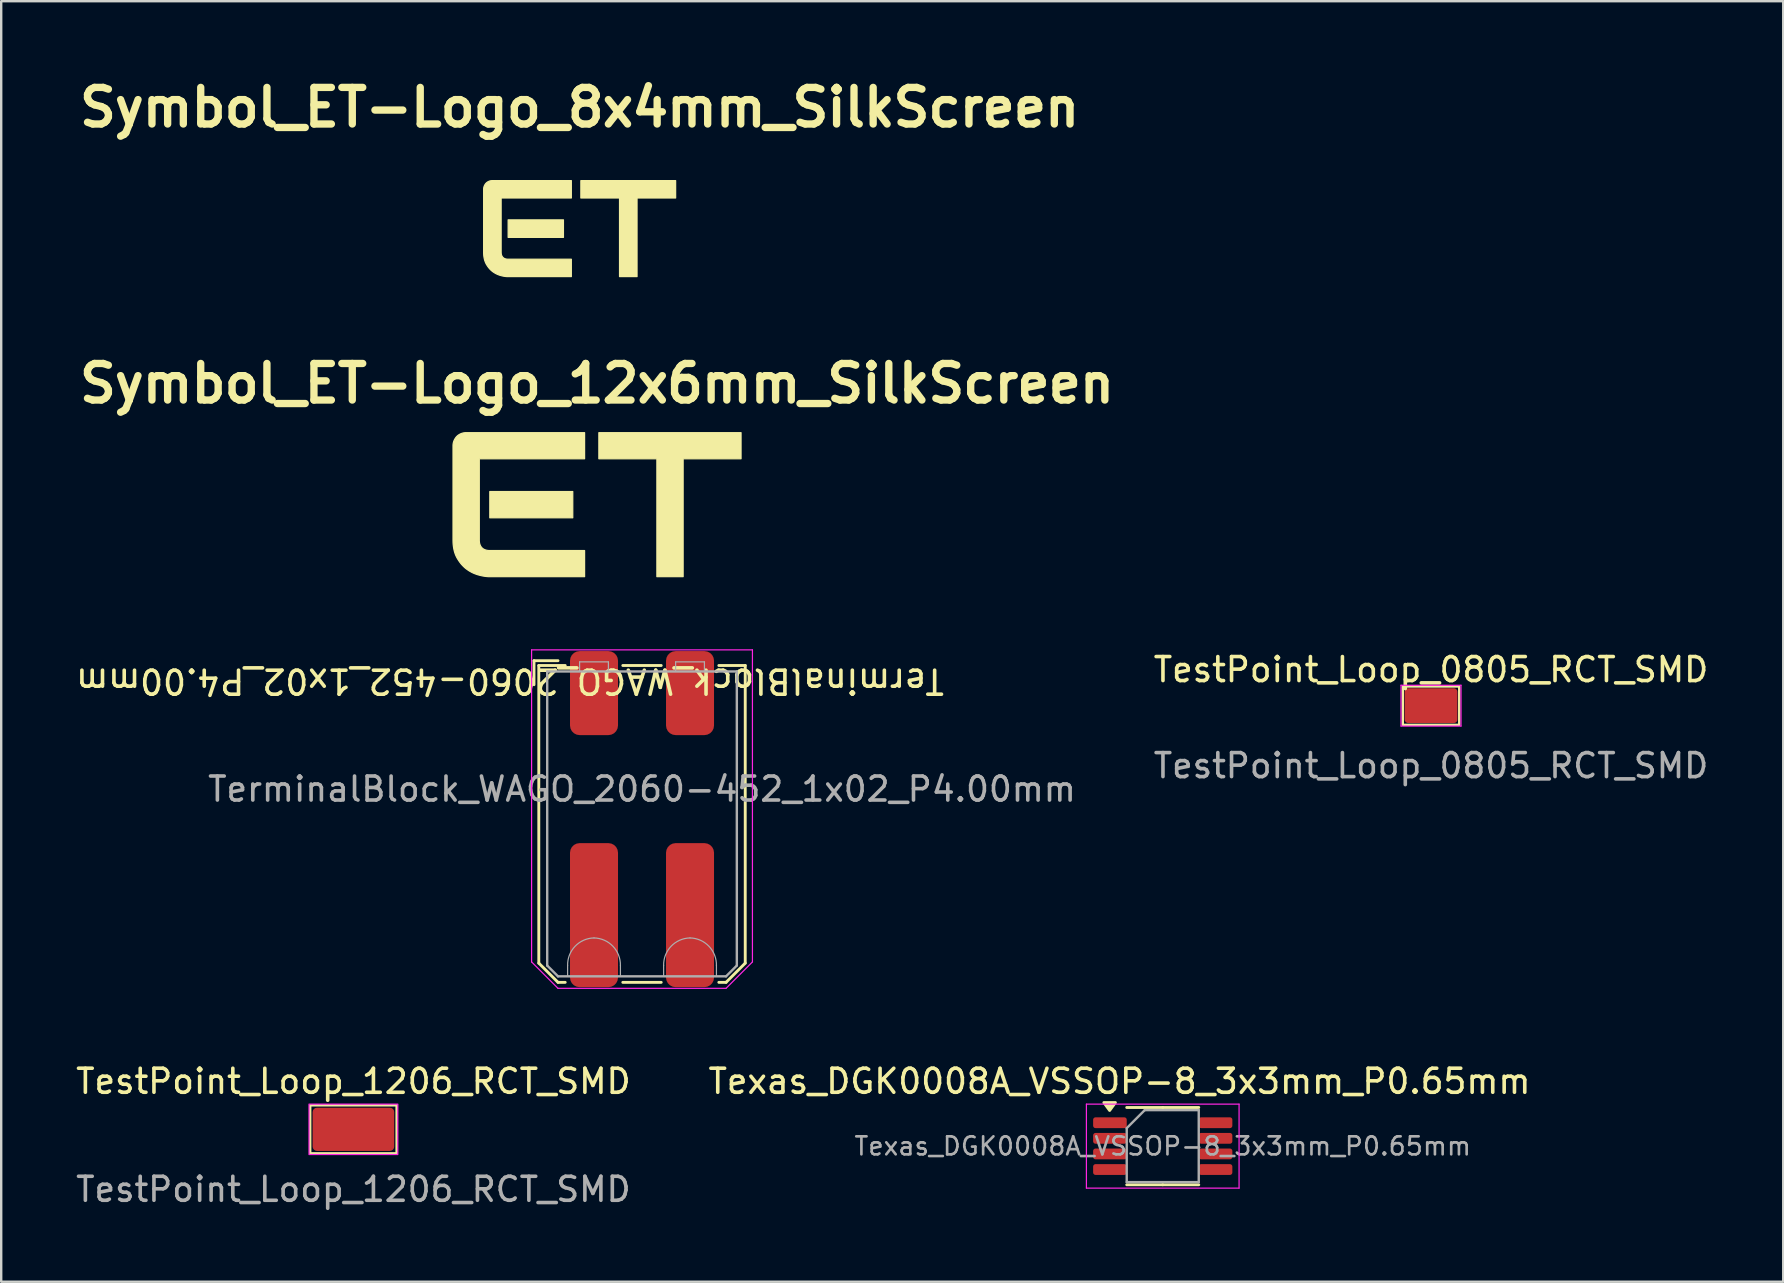
<source format=kicad_pcb>
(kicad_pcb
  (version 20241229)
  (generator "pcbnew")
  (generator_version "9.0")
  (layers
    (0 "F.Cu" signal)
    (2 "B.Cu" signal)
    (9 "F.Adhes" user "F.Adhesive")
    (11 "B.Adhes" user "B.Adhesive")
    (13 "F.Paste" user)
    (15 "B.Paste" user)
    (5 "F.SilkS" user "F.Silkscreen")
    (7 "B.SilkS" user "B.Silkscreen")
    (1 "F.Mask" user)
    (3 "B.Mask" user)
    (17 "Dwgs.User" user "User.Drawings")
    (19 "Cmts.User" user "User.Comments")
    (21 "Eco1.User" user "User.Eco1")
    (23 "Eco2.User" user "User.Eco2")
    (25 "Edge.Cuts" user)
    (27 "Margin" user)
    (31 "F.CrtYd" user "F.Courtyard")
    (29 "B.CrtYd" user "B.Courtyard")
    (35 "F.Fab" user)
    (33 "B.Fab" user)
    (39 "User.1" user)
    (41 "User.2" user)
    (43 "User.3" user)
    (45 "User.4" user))
  (footprint "TestPoint_Loop_0805_RCT_SMD"
    (layer "F.Cu")
    (at 56.565 26.347)
    (property "Reference" "TestPoint_Loop_0805_RCT_SMD" (at 0 -1.5 0) (unlocked yes) (layer "F.SilkS") (effects (font (size 1 1) (thickness 0.15))))
    (attr smd)
    (fp_rect (start -1.175 -0.8) (end 1.175 0.8) (stroke (width 0.1) (type default)) (fill no) (layer "F.SilkS"))
    (fp_line (start -1.25 -0.85) (end 1.25 -0.85) (stroke (width 0.05) (type default)) (layer "F.CrtYd"))
    (fp_line (start -1.25 0.85) (end -1.25 -0.85) (stroke (width 0.05) (type default)) (layer "F.CrtYd"))
    (fp_line (start 1.25 -0.85) (end 1.25 0.85) (stroke (width 0.05) (type default)) (layer "F.CrtYd"))
    (fp_line (start 1.25 0.85) (end -1.25 0.85) (stroke (width 0.05) (type default)) (layer "F.CrtYd"))
    (fp_text user "${REFERENCE}" (at 0 2.5 0) (unlocked yes) (layer "F.Fab") (effects (font (size 1 1) (thickness 0.15))))
    (pad "1" smd roundrect (at 0 0) (size 2.2 1.45) (layers "F.Cu" "F.Mask" "F.Paste") (roundrect_rratio 0.1)))
  (footprint "Symbol_ET-Logo_12x6mm_SilkScreen"
    (layer "F.Cu")
    (at 21.822 17.974)
    (property "Reference" "Symbol_ET-Logo_12x6mm_SilkScreen" (at 0 -5.048 0) (layer "F.SilkS") (effects (font (size 1.524 1.524) (thickness 0.305))))
    (attr board_only exclude_from_pos_files exclude_from_bom)
    (fp_poly (pts (xy -4.467 -0.548) (xy -1.011 -0.548) (xy -1.011 0.548) (xy -4.467 0.548) (xy -4.467 -0.548)) (stroke (width 0.05) (type solid)) (fill yes) (layer "F.SilkS"))
    (fp_poly (pts (xy 6 -1.912) (xy 3.587 -1.912) (xy 3.587 3) (xy 2.493 3) (xy 2.493 -1.912) (xy 0.076 -1.912) (xy 0.076 -3) (xy 6 -3) (xy 6 -1.912)) (stroke (width 0.05) (type solid)) (fill yes) (layer "F.SilkS"))
    (fp_poly (pts (xy -0.518 3) (xy -4.467 3) (xy -4.525 2.999) (xy -4.584 2.995) (xy -4.644 2.989) (xy -4.705 2.98) (xy -4.768 2.969) (xy -4.832 2.955) (xy -4.898 2.939) (xy -4.964 2.921) (xy -4.998 2.91) (xy -5.031 2.899) (xy -5.064 2.887) (xy -5.097 2.874) (xy -5.129 2.861) (xy -5.161 2.847) (xy -5.193 2.832) (xy -5.224 2.816) (xy -5.255 2.799) (xy -5.286 2.782) (xy -5.317 2.764) (xy -5.347 2.745) (xy -5.377 2.725) (xy -5.407 2.704) (xy -5.436 2.683) (xy -5.465 2.661) (xy -5.493 2.638) (xy -5.521 2.613) (xy -5.548 2.588) (xy -5.574 2.562) (xy -5.6 2.536) (xy -5.626 2.508) (xy -5.651 2.48) (xy -5.675 2.451) (xy -5.698 2.421) (xy -5.722 2.39) (xy -5.744 2.359) (xy -5.766 2.326) (xy -5.787 2.293) (xy -5.808 2.259) (xy -5.829 2.224) (xy -5.848 2.188) (xy -5.867 2.151) (xy -5.884 2.113) (xy -5.9 2.074) (xy -5.915 2.034) (xy -5.928 1.993) (xy -5.941 1.95) (xy -5.952 1.907) (xy -5.962 1.863) (xy -5.971 1.818) (xy -5.979 1.772) (xy -5.985 1.724) (xy -5.991 1.676) (xy -5.995 1.627) (xy -5.998 1.576) (xy -5.999 1.525) (xy -6 1.473) (xy -6 -2.452) (xy -6 -2.466) (xy -5.999 -2.48) (xy -5.999 -2.494) (xy -5.997 -2.508) (xy -5.996 -2.521) (xy -5.994 -2.535) (xy -5.992 -2.548) (xy -5.989 -2.562) (xy -5.987 -2.575) (xy -5.984 -2.588) (xy -5.98 -2.601) (xy -5.976 -2.614) (xy -5.972 -2.627) (xy -5.968 -2.64) (xy -5.963 -2.653) (xy -5.958 -2.665) (xy -5.953 -2.678) (xy -5.947 -2.69) (xy -5.941 -2.702) (xy -5.935 -2.714) (xy -5.929 -2.726) (xy -5.922 -2.737) (xy -5.915 -2.748) (xy -5.908 -2.759) (xy -5.901 -2.77) (xy -5.894 -2.781) (xy -5.886 -2.791) (xy -5.878 -2.802) (xy -5.87 -2.812) (xy -5.862 -2.822) (xy -5.853 -2.831) (xy -5.844 -2.841) (xy -5.835 -2.85) (xy -5.825 -2.859) (xy -5.815 -2.868) (xy -5.805 -2.877) (xy -5.794 -2.885) (xy -5.784 -2.893) (xy -5.773 -2.9) (xy -5.762 -2.908) (xy -5.751 -2.915) (xy -5.74 -2.922) (xy -5.728 -2.929) (xy -5.716 -2.935) (xy -5.704 -2.941) (xy -5.692 -2.947) (xy -5.68 -2.953) (xy -5.667 -2.958) (xy -5.655 -2.963) (xy -5.642 -2.968) (xy -5.629 -2.972) (xy -5.616 -2.976) (xy -5.603 -2.98) (xy -5.589 -2.984) (xy -5.576 -2.987) (xy -5.562 -2.99) (xy -5.548 -2.992) (xy -5.534 -2.994) (xy -5.52 -2.996) (xy -5.506 -2.997) (xy -5.492 -2.999) (xy -5.478 -2.999) (xy -5.463 -3) (xy -5.448 -3) (xy -0.518 -3) (xy -0.518 -1.912) (xy -4.905 -1.912) (xy -4.905 1.473) (xy -4.905 1.499) (xy -4.903 1.525) (xy -4.901 1.549) (xy -4.898 1.573) (xy -4.894 1.596) (xy -4.889 1.619) (xy -4.884 1.64) (xy -4.877 1.661) (xy -4.869 1.681) (xy -4.861 1.7) (xy -4.852 1.719) (xy -4.841 1.736) (xy -4.83 1.753) (xy -4.818 1.769) (xy -4.805 1.785) (xy -4.792 1.799) (xy -4.777 1.813) (xy -4.762 1.826) (xy -4.745 1.838) (xy -4.728 1.849) (xy -4.71 1.859) (xy -4.692 1.868) (xy -4.672 1.876) (xy -4.652 1.884) (xy -4.63 1.891) (xy -4.608 1.896) (xy -4.586 1.901) (xy -4.562 1.905) (xy -4.537 1.908) (xy -4.512 1.91) (xy -4.486 1.912) (xy -4.459 1.912) (xy -0.518 1.912) (xy -0.518 3)) (stroke (width 0.05) (type solid)) (fill yes) (layer "F.SilkS")))
  (footprint "Texas_DGK0008A_VSSOP-8_3x3mm_P0.65mm"
    (layer "F.Cu")
    (at 45.389 44.697)
    (property "Reference" "Texas_DGK0008A_VSSOP-8_3x3mm_P0.65mm" (at -1.8 -2.7 0) (layer "F.SilkS") (effects (font (size 1 1) (thickness 0.15))))
    (attr smd)
    (fp_line (start 0 -1.61) (end -1.5 -1.61) (stroke (width 0.12) (type solid)) (layer "F.SilkS"))
    (fp_line (start 0 -1.61) (end 1.5 -1.61) (stroke (width 0.12) (type solid)) (layer "F.SilkS"))
    (fp_line (start 0 1.61) (end -1.5 1.61) (stroke (width 0.12) (type solid)) (layer "F.SilkS"))
    (fp_line (start 0 1.61) (end 1.5 1.61) (stroke (width 0.12) (type solid)) (layer "F.SilkS"))
    (fp_poly (pts (xy -2.212 -1.485) (xy -2.453 -1.815) (xy -1.972 -1.815) (xy -2.212 -1.485)) (stroke (width 0.12) (type solid)) (fill yes) (layer "F.SilkS"))
    (fp_line (start -3.18 -1.75) (end -3.18 1.75) (stroke (width 0.05) (type solid)) (layer "F.CrtYd"))
    (fp_line (start -3.18 1.75) (end 3.18 1.75) (stroke (width 0.05) (type solid)) (layer "F.CrtYd"))
    (fp_line (start 3.18 -1.75) (end -3.18 -1.75) (stroke (width 0.05) (type solid)) (layer "F.CrtYd"))
    (fp_line (start 3.18 1.75) (end 3.18 -1.75) (stroke (width 0.05) (type solid)) (layer "F.CrtYd"))
    (fp_line (start -1.5 -0.75) (end -0.75 -1.5) (stroke (width 0.1) (type solid)) (layer "F.Fab"))
    (fp_line (start -1.5 1.5) (end -1.5 -0.75) (stroke (width 0.1) (type solid)) (layer "F.Fab"))
    (fp_line (start -0.75 -1.5) (end 1.5 -1.5) (stroke (width 0.1) (type solid)) (layer "F.Fab"))
    (fp_line (start 1.5 -1.5) (end 1.5 1.5) (stroke (width 0.1) (type solid)) (layer "F.Fab"))
    (fp_line (start 1.5 1.5) (end -1.5 1.5) (stroke (width 0.1) (type solid)) (layer "F.Fab"))
    (fp_text user "${REFERENCE}" (at 0 0 0) (layer "F.Fab") (effects (font (size 0.75 0.75) (thickness 0.11))))
    (pad "1" smd roundrect (at -2.2 -0.975) (size 1.4 0.45) (layers "F.Cu" "F.Mask" "F.Paste") (roundrect_rratio 0.222))
    (pad "2" smd roundrect (at -2.2 -0.325) (size 1.4 0.45) (layers "F.Cu" "F.Mask" "F.Paste") (roundrect_rratio 0.222))
    (pad "3" smd roundrect (at -2.2 0.325) (size 1.4 0.45) (layers "F.Cu" "F.Mask" "F.Paste") (roundrect_rratio 0.222))
    (pad "4" smd roundrect (at -2.2 0.975) (size 1.4 0.45) (layers "F.Cu" "F.Mask" "F.Paste") (roundrect_rratio 0.222))
    (pad "5" smd roundrect (at 2.2 0.975) (size 1.4 0.45) (layers "F.Cu" "F.Mask" "F.Paste") (roundrect_rratio 0.222))
    (pad "6" smd roundrect (at 2.2 0.325) (size 1.4 0.45) (layers "F.Cu" "F.Mask" "F.Paste") (roundrect_rratio 0.222))
    (pad "7" smd roundrect (at 2.2 -0.325) (size 1.4 0.45) (layers "F.Cu" "F.Mask" "F.Paste") (roundrect_rratio 0.222))
    (pad "8" smd roundrect (at 2.2 -0.975) (size 1.4 0.45) (layers "F.Cu" "F.Mask" "F.Paste") (roundrect_rratio 0.222)))
  (footprint "Symbol_ET-Logo_8x4mm_SilkScreen"
    (layer "F.Cu")
    (at 21.097 6.474)
    (property "Reference" "Symbol_ET-Logo_8x4mm_SilkScreen" (at 0 -5.048 0) (layer "F.SilkS") (effects (font (size 1.524 1.524) (thickness 0.305))))
    (attr board_only exclude_from_pos_files exclude_from_bom)
    (fp_poly (pts (xy -2.978 -0.365) (xy -0.674 -0.365) (xy -0.674 0.365) (xy -2.978 0.365) (xy -2.978 -0.365)) (stroke (width 0.05) (type solid)) (fill yes) (layer "F.SilkS"))
    (fp_poly (pts (xy 4 -1.275) (xy 2.392 -1.275) (xy 2.392 2) (xy 1.662 2) (xy 1.662 -1.275) (xy 0.051 -1.275) (xy 0.051 -2) (xy 4 -2) (xy 4 -1.275)) (stroke (width 0.05) (type solid)) (fill yes) (layer "F.SilkS"))
    (fp_poly (pts (xy -0.345 2) (xy -2.978 2) (xy -3.002 2) (xy -3.026 1.999) (xy -3.05 1.997) (xy -3.074 1.995) (xy -3.099 1.992) (xy -3.124 1.989) (xy -3.15 1.985) (xy -3.175 1.98) (xy -3.202 1.975) (xy -3.228 1.969) (xy -3.255 1.962) (xy -3.282 1.955) (xy -3.309 1.947) (xy -3.333 1.94) (xy -3.357 1.932) (xy -3.38 1.923) (xy -3.403 1.914) (xy -3.426 1.904) (xy -3.449 1.894) (xy -3.472 1.883) (xy -3.494 1.871) (xy -3.516 1.859) (xy -3.538 1.847) (xy -3.559 1.833) (xy -3.581 1.819) (xy -3.602 1.805) (xy -3.623 1.79) (xy -3.644 1.774) (xy -3.662 1.758) (xy -3.681 1.742) (xy -3.699 1.726) (xy -3.716 1.708) (xy -3.734 1.691) (xy -3.75 1.672) (xy -3.767 1.653) (xy -3.783 1.634) (xy -3.799 1.614) (xy -3.814 1.593) (xy -3.829 1.572) (xy -3.844 1.551) (xy -3.858 1.529) (xy -3.872 1.506) (xy -3.886 1.483) (xy -3.899 1.459) (xy -3.909 1.438) (xy -3.919 1.417) (xy -3.928 1.395) (xy -3.937 1.373) (xy -3.945 1.35) (xy -3.953 1.327) (xy -3.96 1.303) (xy -3.966 1.279) (xy -3.972 1.254) (xy -3.977 1.229) (xy -3.982 1.204) (xy -3.986 1.178) (xy -3.99 1.151) (xy -3.993 1.124) (xy -3.996 1.097) (xy -3.997 1.069) (xy -3.999 1.04) (xy -4 1.011) (xy -4 0.982) (xy -4 -1.635) (xy -3.999 -1.659) (xy -3.997 -1.684) (xy -3.993 -1.708) (xy -3.988 -1.731) (xy -3.981 -1.754) (xy -3.972 -1.777) (xy -3.962 -1.799) (xy -3.951 -1.82) (xy -3.939 -1.84) (xy -3.926 -1.859) (xy -3.912 -1.877) (xy -3.896 -1.894) (xy -3.879 -1.91) (xy -3.861 -1.925) (xy -3.841 -1.939) (xy -3.821 -1.951) (xy -3.8 -1.962) (xy -3.778 -1.972) (xy -3.755 -1.981) (xy -3.732 -1.988) (xy -3.708 -1.993) (xy -3.683 -1.997) (xy -3.658 -1.999) (xy -3.632 -2) (xy -0.345 -2) (xy -0.345 -1.275) (xy -3.27 -1.275) (xy -3.27 0.982) (xy -3.269 1.01) (xy -3.267 1.036) (xy -3.263 1.061) (xy -3.258 1.085) (xy -3.251 1.107) (xy -3.243 1.128) (xy -3.233 1.148) (xy -3.222 1.167) (xy -3.209 1.184) (xy -3.194 1.199) (xy -3.179 1.214) (xy -3.161 1.227) (xy -3.143 1.238) (xy -3.123 1.248) (xy -3.101 1.256) (xy -3.078 1.263) (xy -3.054 1.268) (xy -3.028 1.272) (xy -3.001 1.274) (xy -2.973 1.275) (xy -0.345 1.275) (xy -0.345 2)) (stroke (width 0.05) (type solid)) (fill yes) (layer "F.SilkS")))
  (footprint "TestPoint_Loop_1206_RCT_SMD"
    (layer "F.Cu")
    (at 11.673 43.997)
    (property "Reference" "TestPoint_Loop_1206_RCT_SMD" (at 0 -2 0) (unlocked yes) (layer "F.SilkS") (effects (font (size 1 1) (thickness 0.15))))
    (attr smd)
    (fp_rect (start -1.8 -1) (end 1.8 1) (stroke (width 0.1) (type default)) (fill no) (layer "F.SilkS"))
    (fp_rect (start -1.85 -1.05) (end 1.85 1.05) (stroke (width 0.05) (type default)) (fill no) (layer "F.CrtYd"))
    (fp_text user "${REFERENCE}" (at 0 2.5 0) (unlocked yes) (layer "F.Fab") (effects (font (size 1 1) (thickness 0.15))))
    (pad "1" smd roundrect (at 0 0) (size 3.4 1.8) (layers "F.Cu" "F.Mask" "F.Paste") (roundrect_rratio 0.1)))
  (footprint "TerminalBlock_WAGO_2060-452_1x02_P4.00mm"
    (layer "F.Cu")
    (at 21.696 25.824)
    (property "Reference" "TerminalBlock_WAGO_2060-452_1x02_P4.00mm" (at -3.5 -0.5 180) (unlocked yes) (layer "F.SilkS") (effects (font (size 1 1) (thickness 0.15))))
    (attr smd)
    (fp_line (start -2.5 -1.35) (end -2.5 -0.35) (stroke (width 0.12) (type default)) (layer "F.SilkS"))
    (fp_line (start -2.3 -1.15) (end -2.3 11.25) (stroke (width 0.12) (type default)) (layer "F.SilkS"))
    (fp_line (start -2.3 11.25) (end -1.5 12.05) (stroke (width 0.12) (type default)) (layer "F.SilkS"))
    (fp_line (start -1.5 -1.35) (end -2.5 -1.35) (stroke (width 0.12) (type default)) (layer "F.SilkS"))
    (fp_line (start -1.5 12.05) (end -1.2 12.05) (stroke (width 0.12) (type default)) (layer "F.SilkS"))
    (fp_line (start -1.2 -1.15) (end -2.3 -1.15) (stroke (width 0.12) (type default)) (layer "F.SilkS"))
    (fp_line (start 1.2 -1.15) (end 2.8 -1.15) (stroke (width 0.12) (type default)) (layer "F.SilkS"))
    (fp_line (start 1.2 12.05) (end 2.8 12.05) (stroke (width 0.12) (type default)) (layer "F.SilkS"))
    (fp_line (start 5.2 12.05) (end 5.5 12.05) (stroke (width 0.12) (type default)) (layer "F.SilkS"))
    (fp_line (start 6.3 -1.15) (end 5.2 -1.15) (stroke (width 0.12) (type default)) (layer "F.SilkS"))
    (fp_line (start 6.3 -1.15) (end 6.3 11.25) (stroke (width 0.12) (type default)) (layer "F.SilkS"))
    (fp_line (start 6.3 11.25) (end 5.5 12.05) (stroke (width 0.12) (type default)) (layer "F.SilkS"))
    (fp_line (start -2.6 -1.8) (end -2.6 11.2) (stroke (width 0.05) (type default)) (layer "F.CrtYd"))
    (fp_line (start -2.6 -1.8) (end 6.6 -1.8) (stroke (width 0.05) (type default)) (layer "F.CrtYd"))
    (fp_line (start -2.6 11.2) (end -1.5 12.3) (stroke (width 0.05) (type default)) (layer "F.CrtYd"))
    (fp_line (start 5.5 12.3) (end -1.5 12.3) (stroke (width 0.05) (type default)) (layer "F.CrtYd"))
    (fp_line (start 5.5 12.3) (end 6.6 11.2) (stroke (width 0.05) (type default)) (layer "F.CrtYd"))
    (fp_line (start 6.6 -1.8) (end 6.6 11.2) (stroke (width 0.05) (type default)) (layer "F.CrtYd"))
    (fp_line (start -1.95 -0.9) (end -1.95 11.35) (stroke (width 0.1) (type default)) (layer "F.Fab"))
    (fp_line (start -1.95 11.35) (end -1.5 11.8) (stroke (width 0.1) (type default)) (layer "F.Fab"))
    (fp_line (start -1.1 11.8) (end -1.1 11.35) (stroke (width 0.05) (type default)) (layer "F.Fab"))
    (fp_line (start -0.6 -1.3) (end -0.6 -0.9) (stroke (width 0.05) (type default)) (layer "F.Fab"))
    (fp_line (start -0.6 -1.3) (end 0.6 -1.3) (stroke (width 0.05) (type default)) (layer "F.Fab"))
    (fp_line (start 0.6 -1.3) (end 0.6 -0.9) (stroke (width 0.05) (type default)) (layer "F.Fab"))
    (fp_line (start 1.1 11.8) (end 1.1 11.35) (stroke (width 0.05) (type default)) (layer "F.Fab"))
    (fp_line (start 2.9 11.8) (end 2.9 11.35) (stroke (width 0.05) (type default)) (layer "F.Fab"))
    (fp_line (start 3.4 -1.3) (end 3.4 -0.9) (stroke (width 0.05) (type default)) (layer "F.Fab"))
    (fp_line (start 3.4 -1.3) (end 4.6 -1.3) (stroke (width 0.05) (type default)) (layer "F.Fab"))
    (fp_line (start 4.6 -1.3) (end 4.6 -0.9) (stroke (width 0.05) (type default)) (layer "F.Fab"))
    (fp_line (start 5.1 11.8) (end 5.1 11.35) (stroke (width 0.05) (type default)) (layer "F.Fab"))
    (fp_line (start 5.5 11.8) (end -1.5 11.8) (stroke (width 0.1) (type default)) (layer "F.Fab"))
    (fp_line (start 5.5 11.8) (end 5.95 11.35) (stroke (width 0.1) (type default)) (layer "F.Fab"))
    (fp_line (start 5.95 -0.9) (end -1.95 -0.9) (stroke (width 0.1) (type default)) (layer "F.Fab"))
    (fp_line (start 5.95 -0.9) (end 5.95 11.35) (stroke (width 0.1) (type default)) (layer "F.Fab"))
    (fp_arc (start -1.1 11.35) (mid -0.788173 10.547183) (end 0 10.2) (stroke (width 0.05) (type default)) (layer "F.Fab"))
    (fp_arc (start 0 10.2) (mid 0.788173 10.547183) (end 1.1 11.35) (stroke (width 0.05) (type default)) (layer "F.Fab"))
    (fp_arc (start 2.9 11.35) (mid 3.211827 10.547183) (end 4 10.2) (stroke (width 0.05) (type default)) (layer "F.Fab"))
    (fp_arc (start 4 10.2) (mid 4.788173 10.547183) (end 5.1 11.35) (stroke (width 0.05) (type default)) (layer "F.Fab"))
    (fp_text user "${REFERENCE}" (at 2 4 0) (unlocked yes) (layer "F.Fab") (effects (font (size 1 1) (thickness 0.15))))
    (pad "1" smd roundrect (at 0 0 90) (size 3.5 2) (layers "F.Cu" "F.Mask" "F.Paste") (roundrect_rratio 0.2))
    (pad "1" smd roundrect (at 0 9.25 90) (size 6 2) (layers "F.Cu" "F.Mask" "F.Paste") (roundrect_rratio 0.2))
    (pad "2" smd roundrect (at 4 0 90) (size 3.5 2) (layers "F.Cu" "F.Mask" "F.Paste") (roundrect_rratio 0.2))
    (pad "2" smd roundrect (at 4 9.25 90) (size 6 2) (layers "F.Cu" "F.Mask" "F.Paste") (roundrect_rratio 0.2)))
  (gr_rect
    (start -3 -3)
    (end 71.238 50.345)
    (stroke (width 0.1) (type default))
    (fill no)
    (layer "Edge.Cuts")))
</source>
